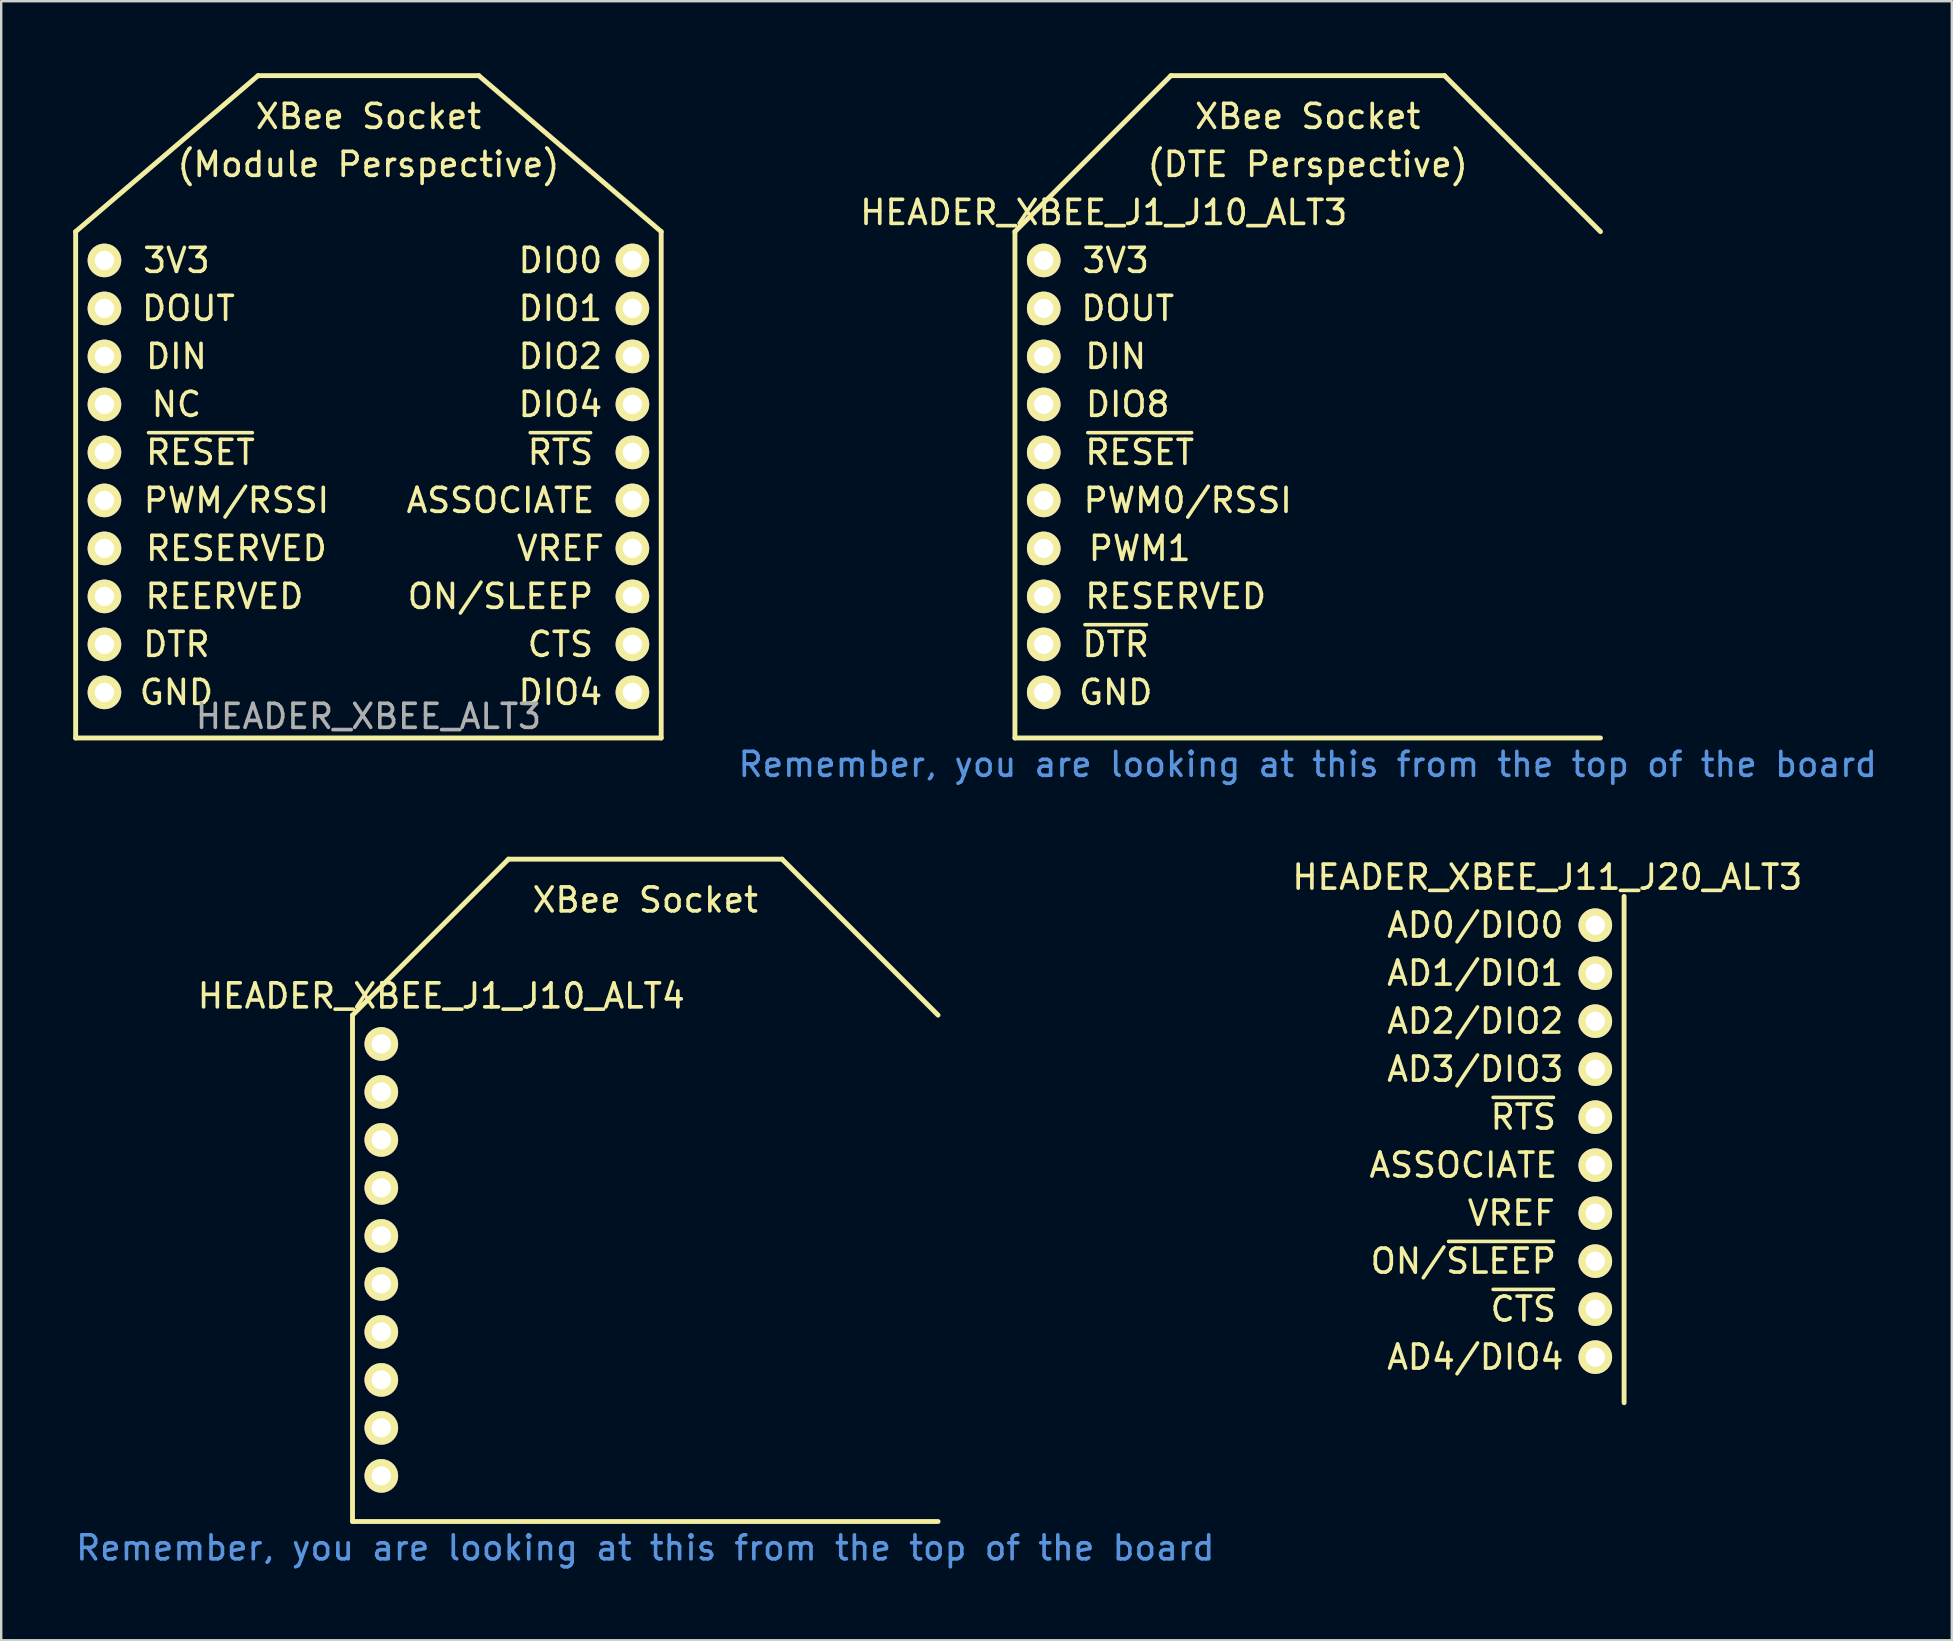
<source format=kicad_pcb>
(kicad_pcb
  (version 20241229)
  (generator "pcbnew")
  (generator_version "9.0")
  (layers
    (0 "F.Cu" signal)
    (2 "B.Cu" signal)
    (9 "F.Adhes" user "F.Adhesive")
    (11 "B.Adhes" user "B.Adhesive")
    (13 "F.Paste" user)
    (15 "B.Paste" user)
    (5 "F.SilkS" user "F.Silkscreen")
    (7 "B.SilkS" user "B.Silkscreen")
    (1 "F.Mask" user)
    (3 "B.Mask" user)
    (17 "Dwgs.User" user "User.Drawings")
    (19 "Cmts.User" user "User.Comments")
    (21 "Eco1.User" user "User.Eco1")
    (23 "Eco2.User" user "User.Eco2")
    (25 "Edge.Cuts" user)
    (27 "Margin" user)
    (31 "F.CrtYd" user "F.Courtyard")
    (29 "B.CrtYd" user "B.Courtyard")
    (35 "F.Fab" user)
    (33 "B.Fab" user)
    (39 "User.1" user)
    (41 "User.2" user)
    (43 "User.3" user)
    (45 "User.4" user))
  (footprint "HEADER_XBEE_J1_J10_ALT4"
    (layer "F.Cu")
    (at 23.839 48.451)
    (property "Reference" "HEADER_XBEE_J1_J10_ALT4" (at -8.5 -10 0) (layer "F.SilkS") (effects (font (size 1 1) (thickness 0.152))))
    (attr through_hole)
    (fp_line (start -12.2 -9.2) (end -5.7 -15.7) (stroke (width 0.203) (type solid)) (layer "F.SilkS"))
    (fp_line (start -12.2 11.9) (end -12.2 -9.2) (stroke (width 0.203) (type solid)) (layer "F.SilkS"))
    (fp_line (start -12.2 11.9) (end 12.2 11.9) (stroke (width 0.203) (type solid)) (layer "F.SilkS"))
    (fp_line (start -5.7 -15.7) (end 5.7 -15.7) (stroke (width 0.203) (type solid)) (layer "F.SilkS"))
    (fp_line (start 5.7 -15.7) (end 12.2 -9.2) (stroke (width 0.203) (type solid)) (layer "F.SilkS"))
    (fp_text user "XBee Socket" (at 0 -14 0) (layer "F.SilkS") (effects (font (size 1 1) (thickness 0.15))))
    (fp_text user "Remember, you are looking at this from the top of the board" (at 0 13 0) (layer "Cmts.User") (effects (font (size 1 1) (thickness 0.15))))
    (pad "1" thru_hole circle (at -11 -8) (size 1.4 1.4) (drill 0.8) (layers "*.Cu" "*.Mask" "F.SilkS"))
    (pad "2" thru_hole circle (at -11 -6) (size 1.4 1.4) (drill 0.8) (layers "*.Cu" "*.Mask" "F.SilkS"))
    (pad "3" thru_hole circle (at -11 -4) (size 1.4 1.4) (drill 0.8) (layers "*.Cu" "*.Mask" "F.SilkS"))
    (pad "4" thru_hole circle (at -11 -2) (size 1.4 1.4) (drill 0.8) (layers "*.Cu" "*.Mask" "F.SilkS"))
    (pad "5" thru_hole circle (at -11 0) (size 1.4 1.4) (drill 0.8) (layers "*.Cu" "*.Mask" "F.SilkS"))
    (pad "6" thru_hole circle (at -11 2) (size 1.4 1.4) (drill 0.8) (layers "*.Cu" "*.Mask" "F.SilkS"))
    (pad "7" thru_hole circle (at -11 4) (size 1.4 1.4) (drill 0.8) (layers "*.Cu" "*.Mask" "F.SilkS"))
    (pad "8" thru_hole circle (at -11 6) (size 1.4 1.4) (drill 0.8) (layers "*.Cu" "*.Mask" "F.SilkS"))
    (pad "9" thru_hole circle (at -11 8) (size 1.4 1.4) (drill 0.8) (layers "*.Cu" "*.Mask" "F.SilkS"))
    (pad "10" thru_hole circle (at -11 10) (size 1.4 1.4) (drill 0.8) (layers "*.Cu" "*.Mask" "F.SilkS")))
  (footprint "HEADER_XBEE_J11_J20_ALT3"
    (layer "F.Cu")
    (at 63.426 43.502)
    (property "Reference" "HEADER_XBEE_J11_J20_ALT3" (at -2 -10 0) (layer "F.SilkS") (effects (font (size 1 1) (thickness 0.152))))
    (attr through_hole)
    (fp_line (start 1.2 11.9) (end 1.2 -9.2) (stroke (width 0.203) (type solid)) (layer "F.SilkS"))
    (fp_text user "AD2/DIO2" (at -5 -4 0) (layer "F.SilkS") (effects (font (size 1 1) (thickness 0.15))))
    (fp_text user "ASSOCIATE" (at -5.5 2 0) (layer "F.SilkS") (effects (font (size 1 1) (thickness 0.15))))
    (fp_text user "~{RTS}" (at -3 0 0) (layer "F.SilkS") (effects (font (size 1 1) (thickness 0.15))))
    (fp_text user "AD4/DIO4" (at -5 10 0) (layer "F.SilkS") (effects (font (size 1 1) (thickness 0.15))))
    (fp_text user "~{CTS}" (at -3 8 0) (layer "F.SilkS") (effects (font (size 1 1) (thickness 0.15))))
    (fp_text user "AD1/DIO1" (at -5 -6 0) (layer "F.SilkS") (effects (font (size 1 1) (thickness 0.15))))
    (fp_text user "AD0/DIO0" (at -5 -8 0) (layer "F.SilkS") (effects (font (size 1 1) (thickness 0.15))))
    (fp_text user "VREF" (at -3.5 4 0) (layer "F.SilkS") (effects (font (size 1 1) (thickness 0.15))))
    (fp_text user "AD3/DIO3" (at -5 -2 0) (layer "F.SilkS") (effects (font (size 1 1) (thickness 0.15))))
    (fp_text user "ON/~{SLEEP}" (at -5.5 6 0) (layer "F.SilkS") (effects (font (size 1 1) (thickness 0.15))))
    (pad "11" thru_hole circle (at 0 10) (size 1.4 1.4) (drill 0.8) (layers "*.Cu" "*.Mask" "F.SilkS"))
    (pad "12" thru_hole circle (at 0 8) (size 1.4 1.4) (drill 0.8) (layers "*.Cu" "*.Mask" "F.SilkS"))
    (pad "13" thru_hole circle (at 0 6) (size 1.4 1.4) (drill 0.8) (layers "*.Cu" "*.Mask" "F.SilkS"))
    (pad "14" thru_hole circle (at 0 4) (size 1.4 1.4) (drill 0.8) (layers "*.Cu" "*.Mask" "F.SilkS"))
    (pad "15" thru_hole circle (at 0 2) (size 1.4 1.4) (drill 0.8) (layers "*.Cu" "*.Mask" "F.SilkS"))
    (pad "16" thru_hole circle (at 0 0) (size 1.4 1.4) (drill 0.8) (layers "*.Cu" "*.Mask" "F.SilkS"))
    (pad "17" thru_hole circle (at 0 -2) (size 1.4 1.4) (drill 0.8) (layers "*.Cu" "*.Mask" "F.SilkS"))
    (pad "18" thru_hole circle (at 0 -4) (size 1.4 1.4) (drill 0.8) (layers "*.Cu" "*.Mask" "F.SilkS"))
    (pad "19" thru_hole circle (at 0 -6) (size 1.4 1.4) (drill 0.8) (layers "*.Cu" "*.Mask" "F.SilkS"))
    (pad "20" thru_hole circle (at 0 -8) (size 1.4 1.4) (drill 0.8) (layers "*.Cu" "*.Mask" "F.SilkS")))
  (footprint "HEADER_XBEE_ALT3"
    (layer "F.Cu")
    (at 12.302 15.802)
    (property "Reference" "HEADER_XBEE_ALT3" (at 0 11 0) (layer "F.Fab") (effects (font (size 1 1) (thickness 0.152))))
    (attr through_hole)
    (fp_line (start -12.2 -9.2) (end -4.6 -15.7) (stroke (width 0.203) (type solid)) (layer "F.SilkS"))
    (fp_line (start -12.2 11.9) (end -12.2 -9.2) (stroke (width 0.203) (type solid)) (layer "F.SilkS"))
    (fp_line (start -12.2 11.9) (end 12.2 11.9) (stroke (width 0.203) (type solid)) (layer "F.SilkS"))
    (fp_line (start -4.6 -15.7) (end 4.6 -15.7) (stroke (width 0.203) (type solid)) (layer "F.SilkS"))
    (fp_line (start 4.6 -15.7) (end 12.2 -9.2) (stroke (width 0.203) (type solid)) (layer "F.SilkS"))
    (fp_line (start 12.2 11.9) (end 12.2 -9.2) (stroke (width 0.203) (type solid)) (layer "F.SilkS"))
    (fp_text user "DIO0" (at 8 -8 0) (layer "F.SilkS") (effects (font (size 1 1) (thickness 0.15))))
    (fp_text user "(Module Perspective)" (at 0 -12 0) (layer "F.SilkS") (effects (font (size 1 1) (thickness 0.15))))
    (fp_text user "VREF" (at 8 4 0) (layer "F.SilkS") (effects (font (size 1 1) (thickness 0.15))))
    (fp_text user "ASSOCIATE" (at 5.5 2 0) (layer "F.SilkS") (effects (font (size 1 1) (thickness 0.15))))
    (fp_text user "3V3" (at -8 -8 0) (layer "F.SilkS") (effects (font (size 1 1) (thickness 0.15))))
    (fp_text user "DIO4" (at 8 -2 0) (layer "F.SilkS") (effects (font (size 1 1) (thickness 0.15))))
    (fp_text user "XBee Socket" (at 0 -14 0) (layer "F.SilkS") (effects (font (size 1 1) (thickness 0.15))))
    (fp_text user "DIO4" (at 8 10 0) (layer "F.SilkS") (effects (font (size 1 1) (thickness 0.15))))
    (fp_text user "DIN" (at -8 -4 0) (layer "F.SilkS") (effects (font (size 1 1) (thickness 0.15))))
    (fp_text user "ON/SLEEP" (at 5.5 6 0) (layer "F.SilkS") (effects (font (size 1 1) (thickness 0.15))))
    (fp_text user "DOUT" (at -7.5 -6 0) (layer "F.SilkS") (effects (font (size 1 1) (thickness 0.15))))
    (fp_text user "REERVED" (at -6 6 0) (layer "F.SilkS") (effects (font (size 1 1) (thickness 0.15))))
    (fp_text user "RESERVED" (at -5.5 4 0) (layer "F.SilkS") (effects (font (size 1 1) (thickness 0.15))))
    (fp_text user "CTS" (at 8 8 0) (layer "F.SilkS") (effects (font (size 1 1) (thickness 0.15))))
    (fp_text user "NC" (at -8 -2 0) (layer "F.SilkS") (effects (font (size 1 1) (thickness 0.15))))
    (fp_text user "GND" (at -8 10 0) (layer "F.SilkS") (effects (font (size 1 1) (thickness 0.15))))
    (fp_text user "~{RESET}" (at -7 0 0) (layer "F.SilkS") (effects (font (size 1 1) (thickness 0.15))))
    (fp_text user "~{RTS}" (at 8 0 0) (layer "F.SilkS") (effects (font (size 1 1) (thickness 0.15))))
    (fp_text user "DIO1" (at 8 -6 0) (layer "F.SilkS") (effects (font (size 1 1) (thickness 0.15))))
    (fp_text user "PWM/RSSI" (at -5.5 2 0) (layer "F.SilkS") (effects (font (size 1 1) (thickness 0.15))))
    (fp_text user "DIO2" (at 8 -4 0) (layer "F.SilkS") (effects (font (size 1 1) (thickness 0.15))))
    (fp_text user "DTR" (at -8 8 0) (layer "F.SilkS") (effects (font (size 1 1) (thickness 0.15))))
    (pad "1" thru_hole circle (at -11 -8) (size 1.4 1.4) (drill 0.8) (layers "*.Cu" "*.Mask" "F.SilkS"))
    (pad "2" thru_hole circle (at -11 -6) (size 1.4 1.4) (drill 0.8) (layers "*.Cu" "*.Mask" "F.SilkS"))
    (pad "3" thru_hole circle (at -11 -4) (size 1.4 1.4) (drill 0.8) (layers "*.Cu" "*.Mask" "F.SilkS"))
    (pad "4" thru_hole circle (at -11 -2) (size 1.4 1.4) (drill 0.8) (layers "*.Cu" "*.Mask" "F.SilkS"))
    (pad "5" thru_hole circle (at -11 0) (size 1.4 1.4) (drill 0.8) (layers "*.Cu" "*.Mask" "F.SilkS"))
    (pad "6" thru_hole circle (at -11 2) (size 1.4 1.4) (drill 0.8) (layers "*.Cu" "*.Mask" "F.SilkS"))
    (pad "7" thru_hole circle (at -11 4) (size 1.4 1.4) (drill 0.8) (layers "*.Cu" "*.Mask" "F.SilkS"))
    (pad "8" thru_hole circle (at -11 6) (size 1.4 1.4) (drill 0.8) (layers "*.Cu" "*.Mask" "F.SilkS"))
    (pad "9" thru_hole circle (at -11 8) (size 1.4 1.4) (drill 0.8) (layers "*.Cu" "*.Mask" "F.SilkS"))
    (pad "10" thru_hole circle (at -11 10) (size 1.4 1.4) (drill 0.8) (layers "*.Cu" "*.Mask" "F.SilkS"))
    (pad "11" thru_hole circle (at 11 10) (size 1.4 1.4) (drill 0.8) (layers "*.Cu" "*.Mask" "F.SilkS"))
    (pad "12" thru_hole circle (at 11 8) (size 1.4 1.4) (drill 0.8) (layers "*.Cu" "*.Mask" "F.SilkS"))
    (pad "13" thru_hole circle (at 11 6) (size 1.4 1.4) (drill 0.8) (layers "*.Cu" "*.Mask" "F.SilkS"))
    (pad "14" thru_hole circle (at 11 4) (size 1.4 1.4) (drill 0.8) (layers "*.Cu" "*.Mask" "F.SilkS"))
    (pad "15" thru_hole circle (at 11 2) (size 1.4 1.4) (drill 0.8) (layers "*.Cu" "*.Mask" "F.SilkS"))
    (pad "16" thru_hole circle (at 11 0) (size 1.4 1.4) (drill 0.8) (layers "*.Cu" "*.Mask" "F.SilkS"))
    (pad "17" thru_hole circle (at 11 -2) (size 1.4 1.4) (drill 0.8) (layers "*.Cu" "*.Mask" "F.SilkS"))
    (pad "18" thru_hole circle (at 11 -4) (size 1.4 1.4) (drill 0.8) (layers "*.Cu" "*.Mask" "F.SilkS"))
    (pad "19" thru_hole circle (at 11 -6) (size 1.4 1.4) (drill 0.8) (layers "*.Cu" "*.Mask" "F.SilkS"))
    (pad "20" thru_hole circle (at 11 -8) (size 1.4 1.4) (drill 0.8) (layers "*.Cu" "*.Mask" "F.SilkS")))
  (footprint "HEADER_XBEE_J1_J10_ALT3"
    (layer "F.Cu")
    (at 51.442 15.802)
    (property "Reference" "HEADER_XBEE_J1_J10_ALT3" (at -8.5 -10 0) (layer "F.SilkS") (effects (font (size 1 1) (thickness 0.152))))
    (attr through_hole)
    (fp_line (start -12.2 -9.2) (end -5.7 -15.7) (stroke (width 0.203) (type solid)) (layer "F.SilkS"))
    (fp_line (start -12.2 11.9) (end -12.2 -9.2) (stroke (width 0.203) (type solid)) (layer "F.SilkS"))
    (fp_line (start -12.2 11.9) (end 12.2 11.9) (stroke (width 0.203) (type solid)) (layer "F.SilkS"))
    (fp_line (start -5.7 -15.7) (end 5.7 -15.7) (stroke (width 0.203) (type solid)) (layer "F.SilkS"))
    (fp_line (start 5.7 -15.7) (end 12.2 -9.2) (stroke (width 0.203) (type solid)) (layer "F.SilkS"))
    (fp_text user "(DTE Perspective)" (at 0 -12 0) (layer "F.SilkS") (effects (font (size 1 1) (thickness 0.15))))
    (fp_text user "3V3" (at -8 -8 0) (layer "F.SilkS") (effects (font (size 1 1) (thickness 0.15))))
    (fp_text user "PWM1" (at -7 4 0) (layer "F.SilkS") (effects (font (size 1 1) (thickness 0.15))))
    (fp_text user "DOUT" (at -7.5 -6 0) (layer "F.SilkS") (effects (font (size 1 1) (thickness 0.15))))
    (fp_text user "~{RESET}" (at -7 0 0) (layer "F.SilkS") (effects (font (size 1 1) (thickness 0.15))))
    (fp_text user "RESERVED" (at -5.5 6 0) (layer "F.SilkS") (effects (font (size 1 1) (thickness 0.15))))
    (fp_text user "~{DTR}" (at -8 8 0) (layer "F.SilkS") (effects (font (size 1 1) (thickness 0.15))))
    (fp_text user "DIN" (at -8 -4 0) (layer "F.SilkS") (effects (font (size 1 1) (thickness 0.15))))
    (fp_text user "DIO8" (at -7.5 -2 0) (layer "F.SilkS") (effects (font (size 1 1) (thickness 0.15))))
    (fp_text user "XBee Socket" (at 0 -14 0) (layer "F.SilkS") (effects (font (size 1 1) (thickness 0.15))))
    (fp_text user "GND" (at -8 10 0) (layer "F.SilkS") (effects (font (size 1 1) (thickness 0.15))))
    (fp_text user "PWM0/RSSI" (at -5 2 0) (layer "F.SilkS") (effects (font (size 1 1) (thickness 0.15))))
    (fp_text user "Remember, you are looking at this from the top of the board" (at 0 13 0) (layer "Cmts.User") (effects (font (size 1 1) (thickness 0.15))))
    (pad "1" thru_hole circle (at -11 -8) (size 1.4 1.4) (drill 0.8) (layers "*.Cu" "*.Mask" "F.SilkS"))
    (pad "2" thru_hole circle (at -11 -6) (size 1.4 1.4) (drill 0.8) (layers "*.Cu" "*.Mask" "F.SilkS"))
    (pad "3" thru_hole circle (at -11 -4) (size 1.4 1.4) (drill 0.8) (layers "*.Cu" "*.Mask" "F.SilkS"))
    (pad "4" thru_hole circle (at -11 -2) (size 1.4 1.4) (drill 0.8) (layers "*.Cu" "*.Mask" "F.SilkS"))
    (pad "5" thru_hole circle (at -11 0) (size 1.4 1.4) (drill 0.8) (layers "*.Cu" "*.Mask" "F.SilkS"))
    (pad "6" thru_hole circle (at -11 2) (size 1.4 1.4) (drill 0.8) (layers "*.Cu" "*.Mask" "F.SilkS"))
    (pad "7" thru_hole circle (at -11 4) (size 1.4 1.4) (drill 0.8) (layers "*.Cu" "*.Mask" "F.SilkS"))
    (pad "8" thru_hole circle (at -11 6) (size 1.4 1.4) (drill 0.8) (layers "*.Cu" "*.Mask" "F.SilkS"))
    (pad "9" thru_hole circle (at -11 8) (size 1.4 1.4) (drill 0.8) (layers "*.Cu" "*.Mask" "F.SilkS"))
    (pad "10" thru_hole circle (at -11 10) (size 1.4 1.4) (drill 0.8) (layers "*.Cu" "*.Mask" "F.SilkS")))
  (gr_rect
    (start -3 -3)
    (end 78.282 65.3)
    (stroke (width 0.1) (type default))
    (fill no)
    (layer "Edge.Cuts")))
</source>
